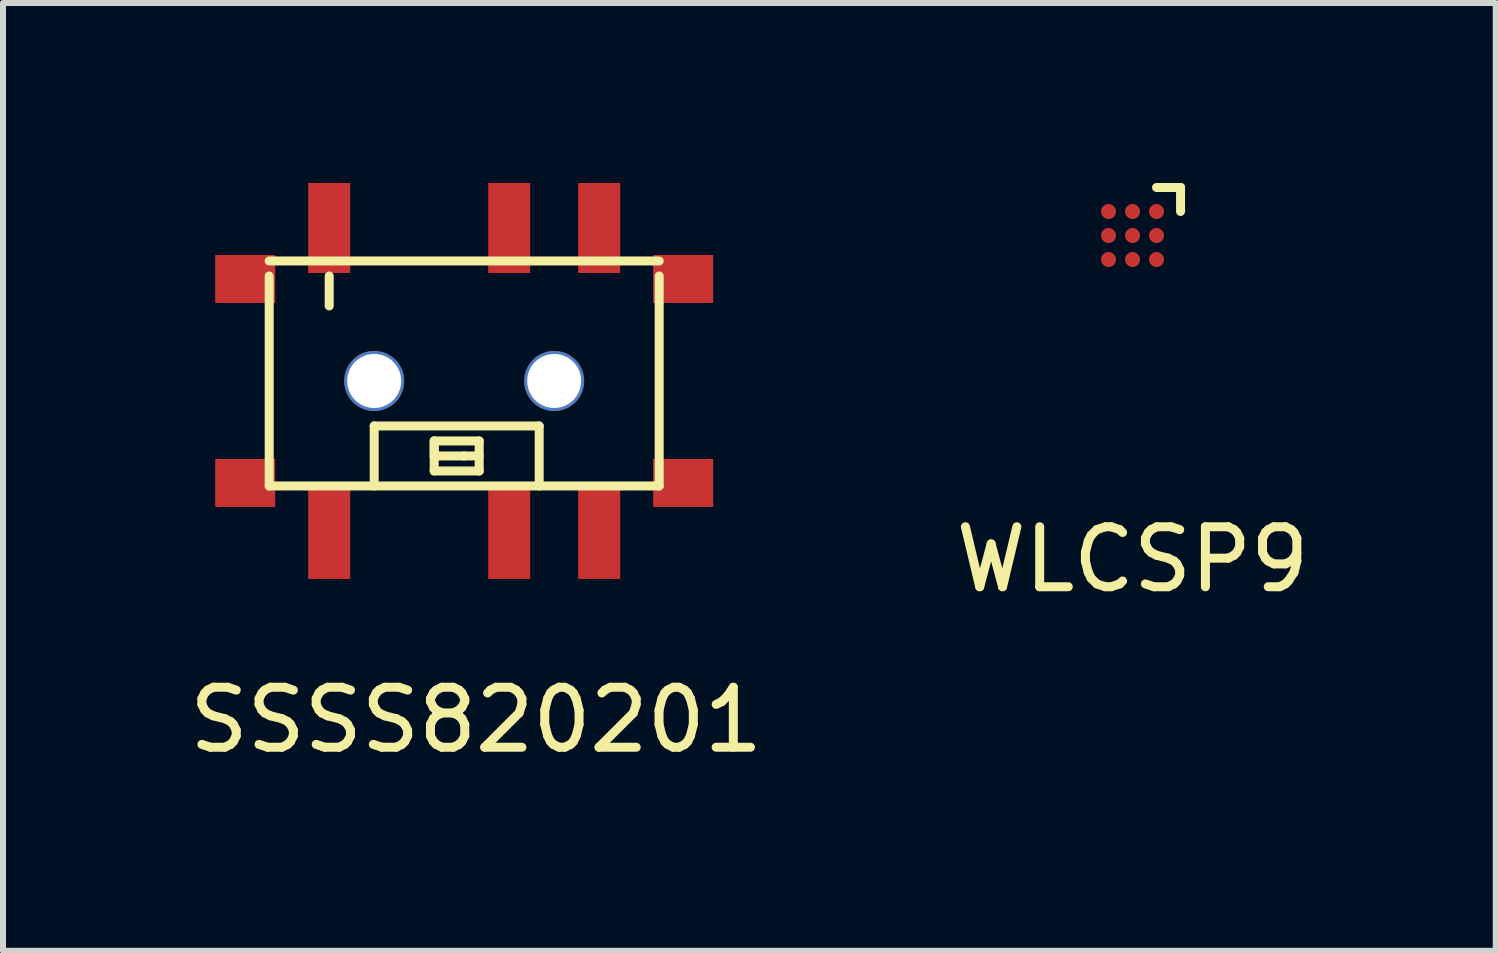
<source format=kicad_pcb>
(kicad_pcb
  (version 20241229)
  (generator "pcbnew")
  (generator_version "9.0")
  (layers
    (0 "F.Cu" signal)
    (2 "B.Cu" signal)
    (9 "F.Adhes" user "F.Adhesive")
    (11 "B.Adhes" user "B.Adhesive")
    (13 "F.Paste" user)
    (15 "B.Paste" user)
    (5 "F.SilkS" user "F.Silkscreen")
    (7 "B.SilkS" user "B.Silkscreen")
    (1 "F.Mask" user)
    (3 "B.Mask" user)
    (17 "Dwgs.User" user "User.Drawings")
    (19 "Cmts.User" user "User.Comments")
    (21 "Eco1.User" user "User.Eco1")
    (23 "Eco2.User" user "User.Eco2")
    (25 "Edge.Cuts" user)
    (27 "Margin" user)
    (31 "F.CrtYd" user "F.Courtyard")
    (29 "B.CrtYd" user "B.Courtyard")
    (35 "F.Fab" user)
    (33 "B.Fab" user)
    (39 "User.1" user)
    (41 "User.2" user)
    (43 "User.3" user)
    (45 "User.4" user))
  (footprint "SSSS820201"
    (layer "F.Cu")
    (at 4.687 3.3)
    (property "Reference" "SSSS820201" (at 0.2 5.65 0) (layer "F.SilkS") (effects (font (size 1 1) (thickness 0.15))))
    (attr through_hole)
    (fp_line (start -3.25 -2) (end 3.25 -2) (stroke (width 0.15) (type solid)) (layer "F.SilkS"))
    (fp_line (start -3.25 1.75) (end -3.25 -1.75) (stroke (width 0.15) (type solid)) (layer "F.SilkS"))
    (fp_line (start -2.25 -1.75) (end -2.25 -1.25) (stroke (width 0.15) (type solid)) (layer "F.SilkS"))
    (fp_line (start -1.5 0.75) (end 1.25 0.75) (stroke (width 0.15) (type solid)) (layer "F.SilkS"))
    (fp_line (start -1.5 1.75) (end -1.5 0.75) (stroke (width 0.15) (type solid)) (layer "F.SilkS"))
    (fp_line (start -0.5 1) (end -0.5 1.25) (stroke (width 0.15) (type solid)) (layer "F.SilkS"))
    (fp_line (start -0.5 1) (end -0.5 1.5) (stroke (width 0.15) (type solid)) (layer "F.SilkS"))
    (fp_line (start -0.5 1.25) (end 0 1.25) (stroke (width 0.15) (type solid)) (layer "F.SilkS"))
    (fp_line (start -0.5 1.5) (end 0.25 1.5) (stroke (width 0.15) (type solid)) (layer "F.SilkS"))
    (fp_line (start 0 1.25) (end 0.25 1.25) (stroke (width 0.15) (type solid)) (layer "F.SilkS"))
    (fp_line (start 0.25 1) (end -0.5 1) (stroke (width 0.15) (type solid)) (layer "F.SilkS"))
    (fp_line (start 0.25 1.5) (end 0.25 1) (stroke (width 0.15) (type solid)) (layer "F.SilkS"))
    (fp_line (start 1.25 0.75) (end 1.25 1.75) (stroke (width 0.15) (type solid)) (layer "F.SilkS"))
    (fp_line (start 3.25 -1.75) (end 3.25 1.75) (stroke (width 0.15) (type solid)) (layer "F.SilkS"))
    (fp_line (start 3.25 1.75) (end -3.25 1.75) (stroke (width 0.15) (type solid)) (layer "F.SilkS"))
    (pad "" smd rect (at -3.65 -1.7) (size 1 0.8) (layers "F.Cu" "F.Mask" "F.Paste"))
    (pad "" smd rect (at -3.65 1.7) (size 1 0.8) (layers "F.Cu" "F.Mask" "F.Paste"))
    (pad "" np_thru_hole circle (at -1.5 0) (size 1 1) (drill 0.9) (layers "*.Cu" "*.Mask"))
    (pad "" np_thru_hole circle (at 1.5 0) (size 1 1) (drill 0.9) (layers "*.Cu" "*.Mask"))
    (pad "" smd rect (at 3.65 -1.7) (size 1 0.8) (layers "F.Cu" "F.Mask" "F.Paste"))
    (pad "" smd rect (at 3.65 1.7) (size 1 0.8) (layers "F.Cu" "F.Mask" "F.Paste"))
    (pad "1" smd rect (at -2.25 -2.55) (size 0.7 1.5) (layers "F.Cu" "F.Mask" "F.Paste"))
    (pad "1" smd rect (at -2.25 2.55) (size 0.7 1.5) (layers "F.Cu" "F.Mask" "F.Paste"))
    (pad "2" smd rect (at 0.75 -2.55) (size 0.7 1.5) (layers "F.Cu" "F.Mask" "F.Paste"))
    (pad "2" smd rect (at 0.75 2.55) (size 0.7 1.5) (layers "F.Cu" "F.Mask" "F.Paste"))
    (pad "3" smd rect (at 2.25 -2.55) (size 0.7 1.5) (layers "F.Cu" "F.Mask" "F.Paste"))
    (pad "3" smd rect (at 2.25 2.55) (size 0.7 1.5) (layers "F.Cu" "F.Mask" "F.Paste")))
  (footprint "WLCSP9"
    (layer "F.Cu")
    (at 15.827 0.875)
    (property "Reference" "WLCSP9" (at 0 5.4 0) (layer "F.SilkS") (effects (font (size 1 1) (thickness 0.15))))
    (attr through_hole)
    (fp_line (start 0.4 -0.8) (end 0.8 -0.8) (stroke (width 0.15) (type solid)) (layer "F.SilkS"))
    (fp_line (start 0.8 -0.8) (end 0.8 -0.4) (stroke (width 0.15) (type solid)) (layer "F.SilkS"))
    (pad "A1" smd circle (at -0.4 -0.4) (size 0.25 0.25) (layers "F.Cu" "F.Mask" "F.Paste"))
    (pad "A2" smd circle (at 0 -0.4) (size 0.25 0.25) (layers "F.Cu" "F.Mask" "F.Paste"))
    (pad "A3" smd circle (at 0.4 -0.4) (size 0.25 0.25) (layers "F.Cu" "F.Mask" "F.Paste"))
    (pad "B1" smd circle (at -0.4 0) (size 0.25 0.25) (layers "F.Cu" "F.Mask" "F.Paste"))
    (pad "B2" smd circle (at 0 0) (size 0.25 0.25) (layers "F.Cu" "F.Mask" "F.Paste"))
    (pad "B3" smd circle (at 0.4 0) (size 0.25 0.25) (layers "F.Cu" "F.Mask" "F.Paste"))
    (pad "C1" smd circle (at -0.4 0.4) (size 0.25 0.25) (layers "F.Cu" "F.Mask" "F.Paste"))
    (pad "C2" smd circle (at 0 0.4) (size 0.25 0.25) (layers "F.Cu" "F.Mask" "F.Paste"))
    (pad "C3" smd circle (at 0.4 0.4) (size 0.25 0.25) (layers "F.Cu" "F.Mask" "F.Paste")))
  (gr_rect
    (start -3 -3)
    (end 21.881 12.798)
    (stroke (width 0.1) (type default))
    (fill no)
    (layer "Edge.Cuts")))
</source>
